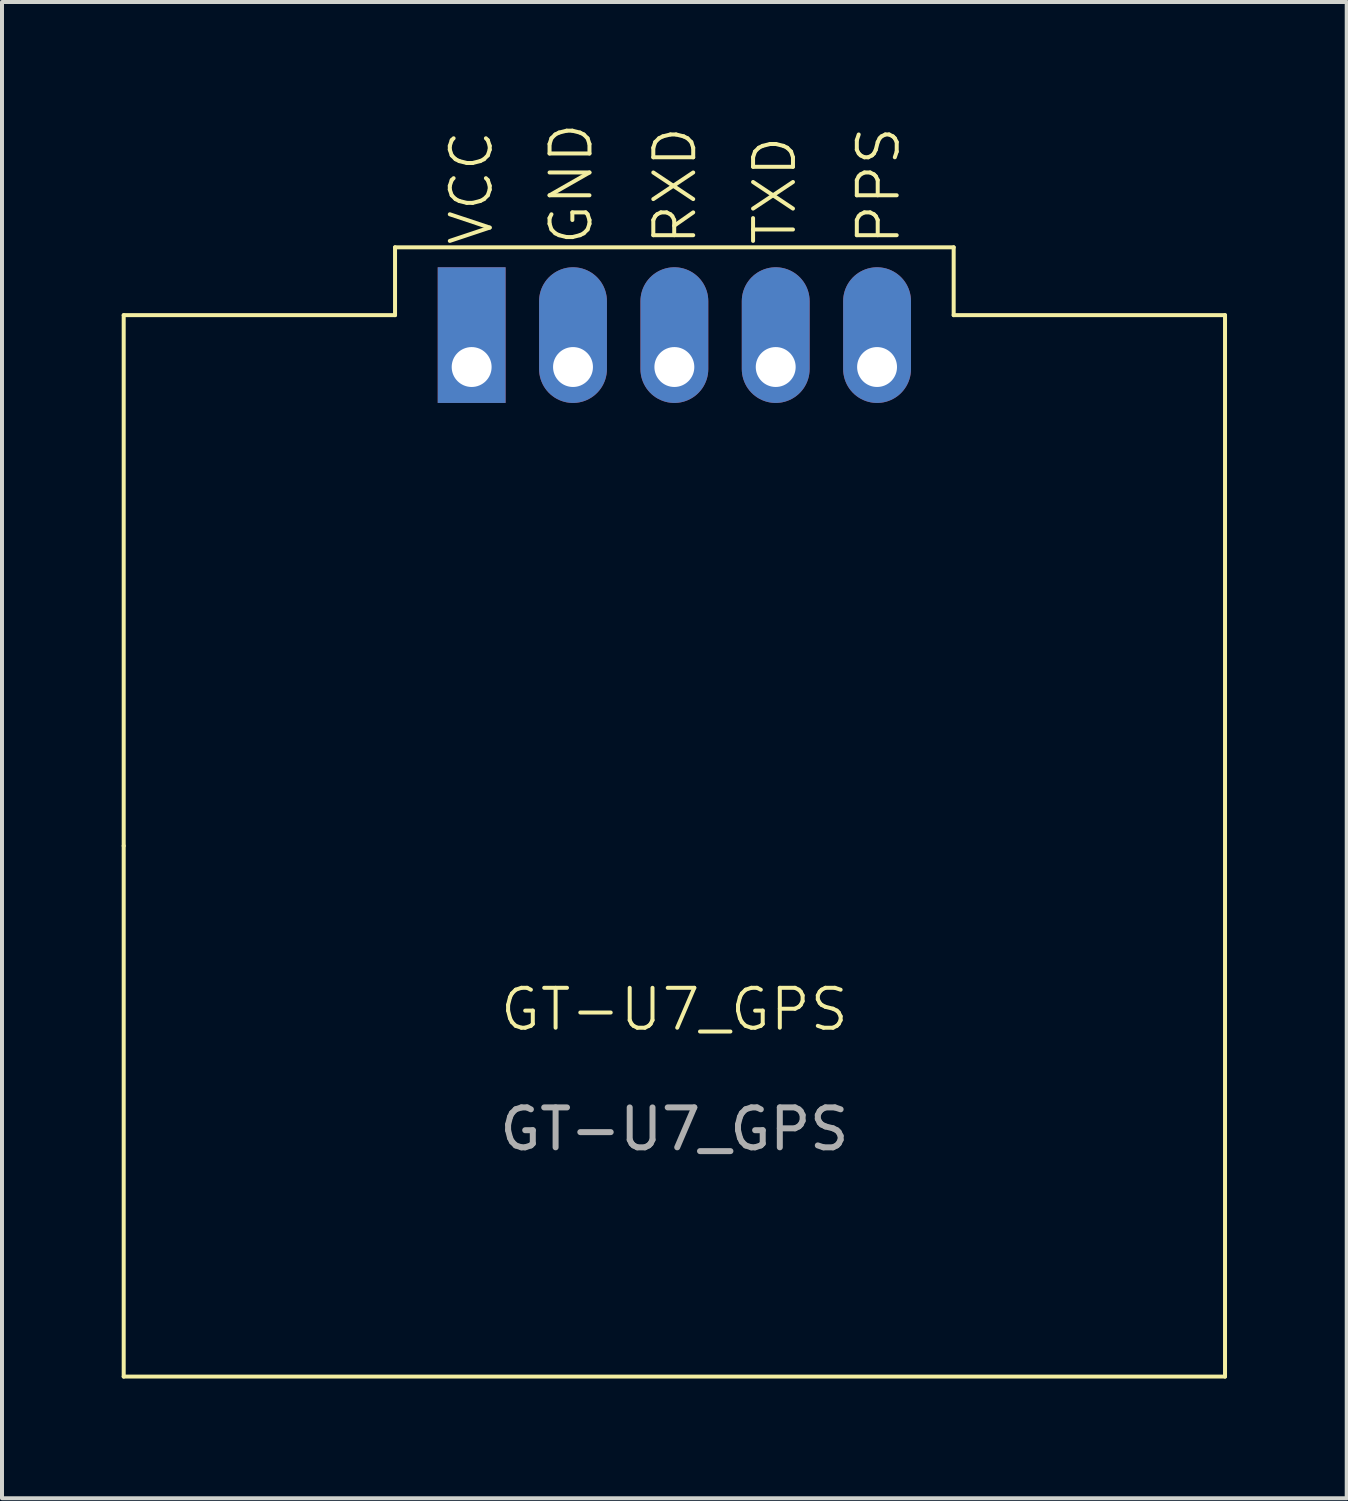
<source format=kicad_pcb>
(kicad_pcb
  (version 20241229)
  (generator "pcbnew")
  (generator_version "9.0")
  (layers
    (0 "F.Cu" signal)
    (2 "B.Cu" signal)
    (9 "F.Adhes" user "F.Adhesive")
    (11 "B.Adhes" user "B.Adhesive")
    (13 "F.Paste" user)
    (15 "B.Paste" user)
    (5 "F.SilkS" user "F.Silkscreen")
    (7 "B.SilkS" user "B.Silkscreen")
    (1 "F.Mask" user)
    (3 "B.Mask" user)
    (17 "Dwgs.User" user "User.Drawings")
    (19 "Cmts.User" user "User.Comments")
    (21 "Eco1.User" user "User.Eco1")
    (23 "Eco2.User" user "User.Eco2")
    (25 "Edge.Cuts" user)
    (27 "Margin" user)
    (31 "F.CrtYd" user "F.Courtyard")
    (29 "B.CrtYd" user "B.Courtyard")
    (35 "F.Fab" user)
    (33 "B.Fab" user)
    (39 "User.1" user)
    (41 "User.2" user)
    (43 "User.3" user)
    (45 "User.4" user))
  (footprint "GT-U7_GPS"
    (layer "F.Cu")
    (at 13.85 18.148)
    (property "Reference" "GT-U7_GPS" (at 0 4.1 0) (unlocked yes) (layer "F.SilkS") (effects (font (size 1 1) (thickness 0.1))))
    (attr through_hole)
    (fp_line (start -13.8 -13.3) (end -13.8 0) (stroke (width 0.1) (type default)) (layer "F.SilkS"))
    (fp_line (start -13.8 0) (end -13.8 13.3) (stroke (width 0.1) (type default)) (layer "F.SilkS"))
    (fp_line (start -13.8 13.3) (end 13.8 13.3) (stroke (width 0.1) (type default)) (layer "F.SilkS"))
    (fp_line (start -7 -15) (end 7 -15) (stroke (width 0.1) (type default)) (layer "F.SilkS"))
    (fp_line (start -7 -13.3) (end -13.8 -13.3) (stroke (width 0.1) (type default)) (layer "F.SilkS"))
    (fp_line (start -7 -13.3) (end -7 -15) (stroke (width 0.1) (type default)) (layer "F.SilkS"))
    (fp_line (start 7 -15) (end 7 -13.3) (stroke (width 0.1) (type default)) (layer "F.SilkS"))
    (fp_line (start 7 -13.3) (end 13.8 -13.3) (stroke (width 0.1) (type default)) (layer "F.SilkS"))
    (fp_line (start 13.8 13.3) (end 13.8 -13.3) (stroke (width 0.1) (type default)) (layer "F.SilkS"))
    (fp_text user "RXD" (at 0.6 -15 90) (unlocked yes) (layer "F.SilkS") (effects (font (size 1 1) (thickness 0.1)) (justify left bottom)))
    (fp_text user "GND" (at -2 -15 90) (unlocked yes) (layer "F.SilkS") (effects (font (size 1 1) (thickness 0.1)) (justify left bottom)))
    (fp_text user "VCC" (at -4.5 -15 90) (unlocked yes) (layer "F.SilkS") (effects (font (size 1 1) (thickness 0.1)) (justify left bottom)))
    (fp_text user "PPS" (at 5.7 -15 90) (unlocked yes) (layer "F.SilkS") (effects (font (size 1 1) (thickness 0.1)) (justify left bottom)))
    (fp_text user "TXD" (at 3.1 -15 90) (unlocked yes) (layer "F.SilkS") (effects (font (size 1 1) (thickness 0.1)) (justify left bottom)))
    (fp_text user "${REFERENCE}" (at 0 7.1 0) (unlocked yes) (layer "F.Fab") (effects (font (size 1 1) (thickness 0.15))))
    (pad "1" thru_hole rect (at -5.08 -12) (size 1.7 3.4) (drill 1 (offset 0 -0.8)) (layers "*.Cu" "*.Mask"))
    (pad "2" thru_hole oval (at -2.54 -12) (size 1.7 3.4) (drill 1 (offset 0 -0.8)) (layers "*.Cu" "*.Mask"))
    (pad "3" thru_hole oval (at 0 -12) (size 1.7 3.4) (drill 1 (offset 0 -0.8)) (layers "*.Cu" "*.Mask"))
    (pad "4" thru_hole oval (at 2.54 -12) (size 1.7 3.4) (drill 1 (offset 0 -0.8)) (layers "*.Cu" "*.Mask"))
    (pad "5" thru_hole oval (at 5.08 -12) (size 1.7 3.4) (drill 1 (offset 0 -0.8)) (layers "*.Cu" "*.Mask")))
  (gr_rect
    (start -3 -3)
    (end 30.7 34.498)
    (stroke (width 0.1) (type default))
    (fill no)
    (layer "Edge.Cuts")))
</source>
